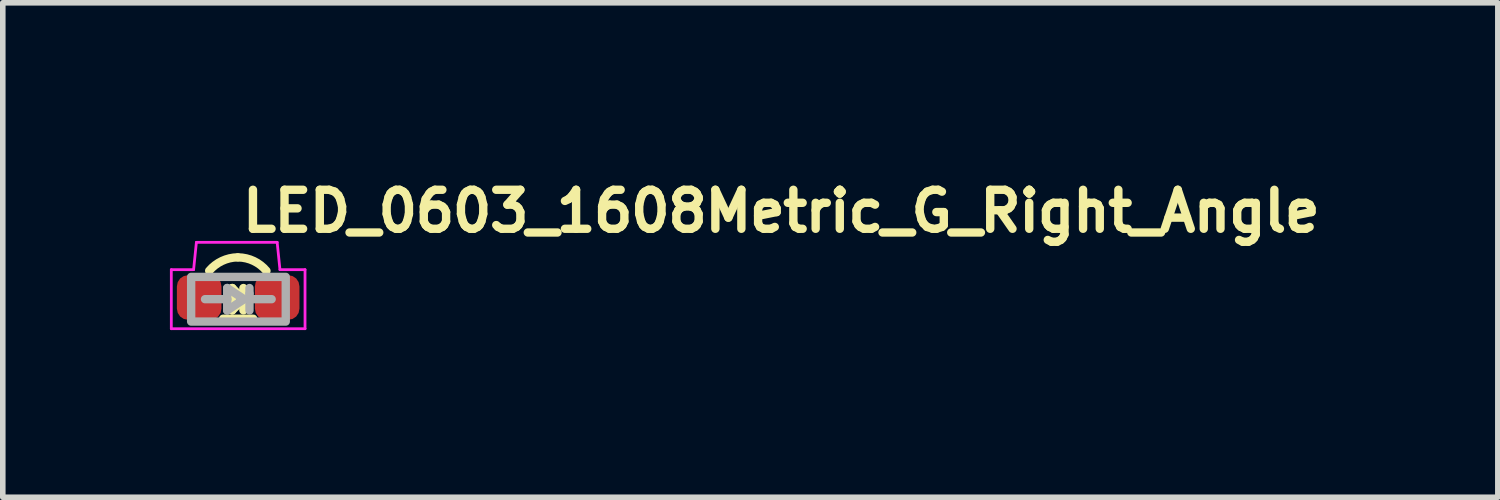
<source format=kicad_pcb>
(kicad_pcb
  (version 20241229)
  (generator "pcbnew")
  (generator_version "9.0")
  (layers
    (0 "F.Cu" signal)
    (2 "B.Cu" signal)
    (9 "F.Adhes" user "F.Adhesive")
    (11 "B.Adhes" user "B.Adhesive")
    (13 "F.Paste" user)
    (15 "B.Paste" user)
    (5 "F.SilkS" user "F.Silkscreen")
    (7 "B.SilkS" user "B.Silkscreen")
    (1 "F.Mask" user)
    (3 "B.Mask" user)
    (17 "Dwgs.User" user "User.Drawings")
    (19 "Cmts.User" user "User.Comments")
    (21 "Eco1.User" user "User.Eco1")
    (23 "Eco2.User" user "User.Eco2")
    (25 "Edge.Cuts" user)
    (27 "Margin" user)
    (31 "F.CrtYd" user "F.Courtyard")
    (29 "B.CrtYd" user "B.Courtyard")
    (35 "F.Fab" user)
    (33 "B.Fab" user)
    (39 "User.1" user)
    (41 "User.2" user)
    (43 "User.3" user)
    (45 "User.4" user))
  (footprint "LED_0603_1608Metric_G_Right_Angle"
    (layer "F.Cu")
    (at 1.225 2.05)
    (property "Reference" "LED_0603_1608Metric_G_Right_Angle" (at 0 -0.9 0) (layer "F.SilkS") (effects (font (size 0.7 0.7) (thickness 0.15)) (justify left bottom)))
    (attr smd)
    (fp_line (start -0.27 0.621) (end 0.27 0.621) (stroke (width 0.15) (type solid)) (layer "F.SilkS"))
    (fp_line (start -0.106 0.07) (end -0.106 0.47) (stroke (width 0.15) (type solid)) (layer "F.SilkS"))
    (fp_line (start -0.106 0.07) (end 0.094 0.27) (stroke (width 0.15) (type solid)) (layer "F.SilkS"))
    (fp_line (start -0.106 0.27) (end -0.22 0.27) (stroke (width 0.15) (type solid)) (layer "F.SilkS"))
    (fp_line (start 0.094 0.07) (end 0.094 0.47) (stroke (width 0.15) (type solid)) (layer "F.SilkS"))
    (fp_line (start 0.094 0.27) (end -0.106 0.47) (stroke (width 0.15) (type solid)) (layer "F.SilkS"))
    (fp_line (start 0.094 0.27) (end 0.22 0.27) (stroke (width 0.15) (type solid)) (layer "F.SilkS"))
    (fp_arc (start -0.52 -0.24) (mid -0.291411 -0.415187) (end -0.011018 -0.48094) (stroke (width 0.15) (type solid)) (layer "F.SilkS"))
    (fp_arc (start 0 -0.48) (mid 0.280413 -0.414845) (end 0.507545 -0.237963) (stroke (width 0.15) (type solid)) (layer "F.SilkS"))
    (fp_line (start -1.2 -0.26) (end -0.8 -0.26) (stroke (width 0.05) (type solid)) (layer "F.CrtYd"))
    (fp_line (start -1.2 0.8) (end -1.2 -0.26) (stroke (width 0.05) (type solid)) (layer "F.CrtYd"))
    (fp_line (start -0.8 -0.26) (end -0.75 -0.75) (stroke (width 0.05) (type solid)) (layer "F.CrtYd"))
    (fp_line (start -0.75 -0.75) (end 0.7 -0.75) (stroke (width 0.05) (type solid)) (layer "F.CrtYd"))
    (fp_line (start 0.7 -0.75) (end 0.75 -0.26) (stroke (width 0.05) (type solid)) (layer "F.CrtYd"))
    (fp_line (start 0.75 -0.26) (end 1.2 -0.26) (stroke (width 0.05) (type solid)) (layer "F.CrtYd"))
    (fp_line (start 1.2 -0.26) (end 1.2 0.8) (stroke (width 0.05) (type solid)) (layer "F.CrtYd"))
    (fp_line (start 1.2 0.8) (end -1.2 0.8) (stroke (width 0.05) (type solid)) (layer "F.CrtYd"))
    (fp_line (start -0.595 0.27) (end -0.197 0.27) (stroke (width 0.15) (type solid)) (layer "F.Fab"))
    (fp_line (start -0.197 0.07) (end -0.197 0.27) (stroke (width 0.15) (type solid)) (layer "F.Fab"))
    (fp_line (start -0.197 0.27) (end -0.197 0.472) (stroke (width 0.15) (type solid)) (layer "F.Fab"))
    (fp_line (start -0.197 0.472) (end 0.105 0.27) (stroke (width 0.15) (type solid)) (layer "F.Fab"))
    (fp_line (start 0.105 0.27) (end -0.197 0.07) (stroke (width 0.15) (type solid)) (layer "F.Fab"))
    (fp_line (start 0.203 0.07) (end 0.203 0.17) (stroke (width 0.15) (type solid)) (layer "F.Fab"))
    (fp_line (start 0.203 0.27) (end 0.601 0.27) (stroke (width 0.15) (type solid)) (layer "F.Fab"))
    (fp_line (start 0.203 0.472) (end 0.203 0.17) (stroke (width 0.15) (type solid)) (layer "F.Fab"))
    (fp_rect (start -0.844 -0.13) (end 0.854 0.672) (stroke (width 0.15) (type solid)) (fill no) (layer "F.Fab"))
    (fp_rect (start -0.8 -0.575) (end 0.8 0.575) (stroke (width 0.1) (type solid)) (fill no) (layer "User.5"))
    (fp_line (start -0.8 -0.105) (end -0.6 -0.105) (stroke (width 0.02) (type solid)) (layer "User.9"))
    (fp_line (start -0.8 0.575) (end -0.8 -0.105) (stroke (width 0.02) (type solid)) (layer "User.9"))
    (fp_line (start -0.77 -0.075) (end -0.77 0.545) (stroke (width 0.02) (type solid)) (layer "User.9"))
    (fp_line (start -0.77 -0.075) (end -0.77 0.545) (stroke (width 0.02) (type solid)) (layer "User.9"))
    (fp_line (start -0.77 0.545) (end -0.5 0.545) (stroke (width 0.02) (type solid)) (layer "User.9"))
    (fp_line (start -0.77 0.545) (end 0.77 0.545) (stroke (width 0.02) (type solid)) (layer "User.9"))
    (fp_line (start -0.6 -0.105) (end -0.6 -0.075) (stroke (width 0.02) (type solid)) (layer "User.9"))
    (fp_line (start -0.6 -0.105) (end -0.6 -0.075) (stroke (width 0.02) (type solid)) (layer "User.9"))
    (fp_line (start -0.6 -0.075) (end -0.77 -0.075) (stroke (width 0.02) (type solid)) (layer "User.9"))
    (fp_line (start -0.6 -0.075) (end -0.77 -0.075) (stroke (width 0.02) (type solid)) (layer "User.9"))
    (fp_line (start -0.563 -0.529) (end -0.6 -0.105) (stroke (width 0.02) (type solid)) (layer "User.9"))
    (fp_line (start -0.558 -0.547) (end -0.563 -0.529) (stroke (width 0.02) (type solid)) (layer "User.9"))
    (fp_line (start -0.547 -0.562) (end -0.558 -0.547) (stroke (width 0.02) (type solid)) (layer "User.9"))
    (fp_line (start -0.531 -0.572) (end -0.547 -0.562) (stroke (width 0.02) (type solid)) (layer "User.9"))
    (fp_line (start -0.513 -0.575) (end -0.531 -0.572) (stroke (width 0.02) (type solid)) (layer "User.9"))
    (fp_line (start -0.5 0.545) (end -0.5 0.575) (stroke (width 0.02) (type solid)) (layer "User.9"))
    (fp_line (start -0.5 0.575) (end -0.8 0.575) (stroke (width 0.02) (type solid)) (layer "User.9"))
    (fp_line (start -0.244 0.555) (end -0.244 0.545) (stroke (width 0.02) (type solid)) (layer "User.9"))
    (fp_line (start -0.044 0.545) (end -0.244 0.545) (stroke (width 0.02) (type solid)) (layer "User.9"))
    (fp_line (start -0.044 0.555) (end -0.244 0.555) (stroke (width 0.02) (type solid)) (layer "User.9"))
    (fp_line (start -0.044 0.555) (end -0.044 0.545) (stroke (width 0.02) (type solid)) (layer "User.9"))
    (fp_line (start 0.297 0.555) (end -0.044 0.555) (stroke (width 0.02) (type solid)) (layer "User.9"))
    (fp_line (start 0.297 0.555) (end 0.297 0.545) (stroke (width 0.02) (type solid)) (layer "User.9"))
    (fp_line (start 0.5 0.545) (end 0.77 0.545) (stroke (width 0.02) (type solid)) (layer "User.9"))
    (fp_line (start 0.5 0.575) (end 0.5 0.545) (stroke (width 0.02) (type solid)) (layer "User.9"))
    (fp_line (start 0.513 -0.575) (end -0.513 -0.575) (stroke (width 0.02) (type solid)) (layer "User.9"))
    (fp_line (start 0.531 -0.572) (end 0.513 -0.575) (stroke (width 0.02) (type solid)) (layer "User.9"))
    (fp_line (start 0.547 -0.562) (end 0.531 -0.572) (stroke (width 0.02) (type solid)) (layer "User.9"))
    (fp_line (start 0.558 -0.547) (end 0.547 -0.562) (stroke (width 0.02) (type solid)) (layer "User.9"))
    (fp_line (start 0.563 -0.529) (end 0.558 -0.547) (stroke (width 0.02) (type solid)) (layer "User.9"))
    (fp_line (start 0.6 -0.105) (end 0.563 -0.529) (stroke (width 0.02) (type solid)) (layer "User.9"))
    (fp_line (start 0.6 -0.105) (end 0.8 -0.105) (stroke (width 0.02) (type solid)) (layer "User.9"))
    (fp_line (start 0.6 -0.075) (end 0.6 -0.105) (stroke (width 0.02) (type solid)) (layer "User.9"))
    (fp_line (start 0.6 -0.075) (end 0.6 -0.105) (stroke (width 0.02) (type solid)) (layer "User.9"))
    (fp_line (start 0.77 -0.075) (end 0.6 -0.075) (stroke (width 0.02) (type solid)) (layer "User.9"))
    (fp_line (start 0.77 -0.075) (end 0.6 -0.075) (stroke (width 0.02) (type solid)) (layer "User.9"))
    (fp_line (start 0.77 0.545) (end 0.77 -0.075) (stroke (width 0.02) (type solid)) (layer "User.9"))
    (fp_line (start 0.77 0.545) (end 0.77 -0.075) (stroke (width 0.02) (type solid)) (layer "User.9"))
    (fp_line (start 0.8 -0.105) (end 0.8 0.575) (stroke (width 0.02) (type solid)) (layer "User.9"))
    (fp_line (start 0.8 0.575) (end 0.5 0.575) (stroke (width 0.02) (type solid)) (layer "User.9"))
    (pad "1" smd roundrect (at 0.7 0.24) (size 0.8 0.8) (layers "F.Cu" "F.Mask" "F.Paste") (roundrect_rratio 0.25))
    (pad "2" smd roundrect (at -0.7 0.24) (size 0.8 0.8) (layers "F.Cu" "F.Mask" "F.Paste") (roundrect_rratio 0.25)))
  (gr_rect
    (start -3 -3)
    (end 23.835 5.875)
    (stroke (width 0.1) (type default))
    (fill no)
    (layer "Edge.Cuts")))
</source>
